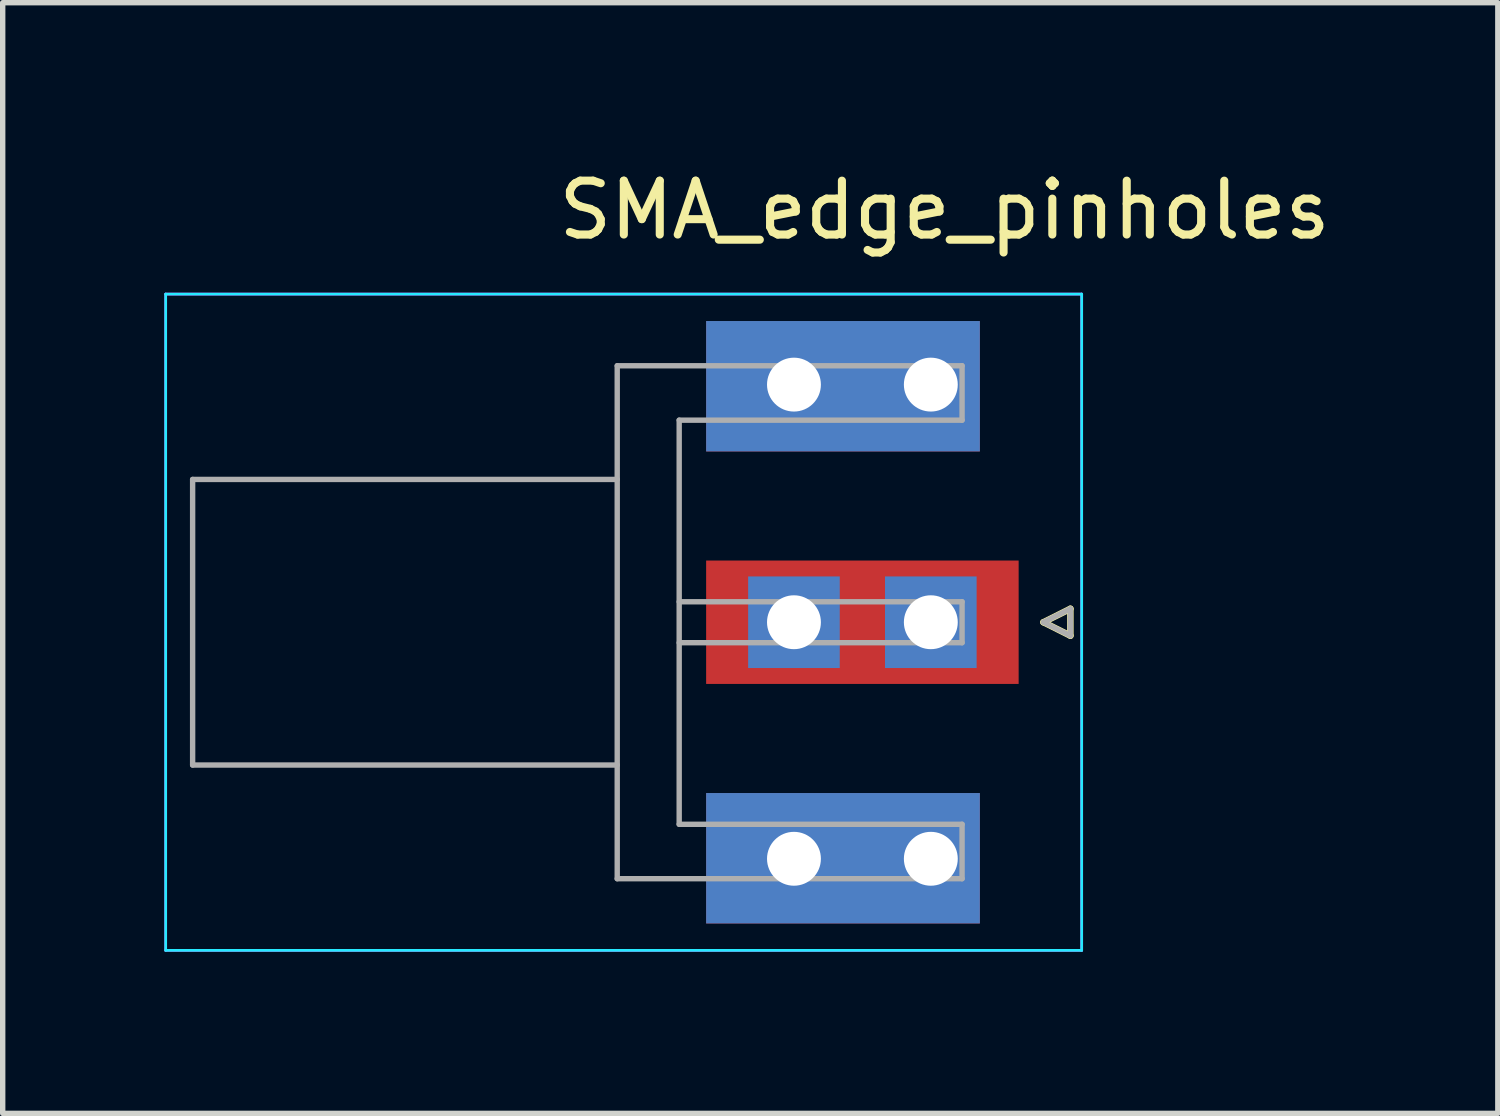
<source format=kicad_pcb>
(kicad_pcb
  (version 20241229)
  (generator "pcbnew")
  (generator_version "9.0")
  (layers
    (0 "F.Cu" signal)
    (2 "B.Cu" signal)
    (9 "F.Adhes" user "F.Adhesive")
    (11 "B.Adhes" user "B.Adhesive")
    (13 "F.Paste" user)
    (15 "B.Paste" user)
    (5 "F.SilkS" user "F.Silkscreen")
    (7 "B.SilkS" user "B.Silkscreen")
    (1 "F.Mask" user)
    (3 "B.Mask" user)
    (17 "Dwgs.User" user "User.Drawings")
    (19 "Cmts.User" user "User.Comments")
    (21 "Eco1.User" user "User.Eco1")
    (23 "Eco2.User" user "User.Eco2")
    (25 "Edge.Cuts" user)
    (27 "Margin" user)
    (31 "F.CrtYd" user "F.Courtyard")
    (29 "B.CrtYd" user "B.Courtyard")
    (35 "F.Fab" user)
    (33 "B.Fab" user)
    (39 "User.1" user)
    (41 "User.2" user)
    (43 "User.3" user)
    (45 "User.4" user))
  (footprint "SMA_edge_pinholes"
    (layer "F.Cu")
    (at 14.535 8.488)
    (property "Reference" "SMA_edge_pinholes" (at -0.055 -7.64 0) (unlocked yes) (layer "F.SilkS") (effects (font (size 1 1) (thickness 0.15))))
    (attr through_hole)
    (fp_line (start 1.78 0.01) (end 2.28 -0.24) (stroke (width 0.12) (type solid)) (layer "F.SilkS"))
    (fp_line (start 2.28 -0.24) (end 2.28 0.26) (stroke (width 0.12) (type solid)) (layer "F.SilkS"))
    (fp_line (start 2.28 0.26) (end 1.78 0.01) (stroke (width 0.12) (type solid)) (layer "F.SilkS"))
    (fp_line (start -14.51 -6.08) (end -14.51 6.1) (stroke (width 0.05) (type solid)) (layer "B.CrtYd"))
    (fp_line (start -14.51 -6.08) (end 2.49 -6.08) (stroke (width 0.05) (type solid)) (layer "B.CrtYd"))
    (fp_line (start -14.51 6.1) (end 2.49 6.1) (stroke (width 0.05) (type solid)) (layer "B.CrtYd"))
    (fp_line (start 2.49 -6.08) (end 2.49 6.1) (stroke (width 0.05) (type solid)) (layer "B.CrtYd"))
    (fp_line (start -14.51 -6.08) (end -14.51 6.1) (stroke (width 0.05) (type solid)) (layer "F.CrtYd"))
    (fp_line (start -14.51 6.1) (end 2.49 6.1) (stroke (width 0.05) (type solid)) (layer "F.CrtYd"))
    (fp_line (start 2.49 -6.08) (end -14.51 -6.08) (stroke (width 0.05) (type solid)) (layer "F.CrtYd"))
    (fp_line (start 2.49 -6.08) (end 2.49 6.1) (stroke (width 0.05) (type solid)) (layer "F.CrtYd"))
    (fp_line (start -14.01 -2.64) (end -14.01 2.66) (stroke (width 0.1) (type solid)) (layer "F.Fab"))
    (fp_line (start -14.01 -2.64) (end -6.13 -2.64) (stroke (width 0.1) (type solid)) (layer "F.Fab"))
    (fp_line (start -14.01 2.66) (end -6.13 2.66) (stroke (width 0.1) (type solid)) (layer "F.Fab"))
    (fp_line (start -6.13 -4.75) (end -6.13 4.77) (stroke (width 0.1) (type solid)) (layer "F.Fab"))
    (fp_line (start -6.13 4.77) (end 0.27 4.77) (stroke (width 0.1) (type solid)) (layer "F.Fab"))
    (fp_line (start -4.98 -3.74) (end -4.98 3.76) (stroke (width 0.1) (type solid)) (layer "F.Fab"))
    (fp_line (start -4.98 -3.74) (end 0.27 -3.74) (stroke (width 0.1) (type solid)) (layer "F.Fab"))
    (fp_line (start -4.98 -0.37) (end 0.27 -0.37) (stroke (width 0.1) (type solid)) (layer "F.Fab"))
    (fp_line (start -4.98 0.39) (end 0.27 0.39) (stroke (width 0.1) (type solid)) (layer "F.Fab"))
    (fp_line (start -4.98 3.76) (end 0.27 3.76) (stroke (width 0.1) (type solid)) (layer "F.Fab"))
    (fp_line (start 0.27 -4.75) (end -6.13 -4.75) (stroke (width 0.1) (type solid)) (layer "F.Fab"))
    (fp_line (start 0.27 -4.75) (end 0.27 -3.74) (stroke (width 0.1) (type solid)) (layer "F.Fab"))
    (fp_line (start 0.27 -0.37) (end 0.27 0.39) (stroke (width 0.1) (type solid)) (layer "F.Fab"))
    (fp_line (start 0.27 3.76) (end 0.27 4.77) (stroke (width 0.1) (type solid)) (layer "F.Fab"))
    (fp_line (start 1.78 0.01) (end 2.28 0.26) (stroke (width 0.1) (type solid)) (layer "F.Fab"))
    (fp_line (start 2.28 -0.24) (end 1.78 0.01) (stroke (width 0.1) (type solid)) (layer "F.Fab"))
    (fp_line (start 2.28 0.26) (end 2.28 -0.24) (stroke (width 0.1) (type solid)) (layer "F.Fab"))
    (pad "1" thru_hole rect (at -2.85 0.01 270) (size 1.7 1.7) (drill 1) (layers "*.Cu" "*.Mask"))
    (pad "1" smd rect (at -1.58 0.01) (size 5.8 2.29) (layers "F.Cu" "F.Mask"))
    (pad "1" thru_hole rect (at -0.31 0.01 270) (size 1.7 1.7) (drill 1) (layers "*.Cu" "*.Mask"))
    (pad "2" thru_hole rect (at -2.85 -4.4 270) (size 1.7 1.7) (drill 1) (layers "*.Cu" "*.Mask"))
    (pad "2" thru_hole rect (at -2.85 4.4 270) (size 1.7 1.7) (drill 1) (layers "*.Cu" "*.Mask"))
    (pad "2" smd rect (at -1.94 -4.37) (size 5.08 2.42) (layers "F.Cu" "F.Mask"))
    (pad "2" smd rect (at -1.94 -4.37) (size 5.08 2.42) (layers "B.Cu" "B.Mask"))
    (pad "2" smd rect (at -1.94 4.39) (size 5.08 2.42) (layers "F.Cu" "F.Mask"))
    (pad "2" smd rect (at -1.94 4.39) (size 5.08 2.42) (layers "B.Cu" "B.Mask"))
    (pad "2" thru_hole rect (at -0.31 -4.4 270) (size 1.7 1.7) (drill 1) (layers "*.Cu" "*.Mask"))
    (pad "2" thru_hole rect (at -0.31 4.4 270) (size 1.7 1.7) (drill 1) (layers "*.Cu" "*.Mask")))
  (gr_rect
    (start -3 -3)
    (end 24.748 17.613)
    (stroke (width 0.1) (type default))
    (fill no)
    (layer "Edge.Cuts")))
</source>
